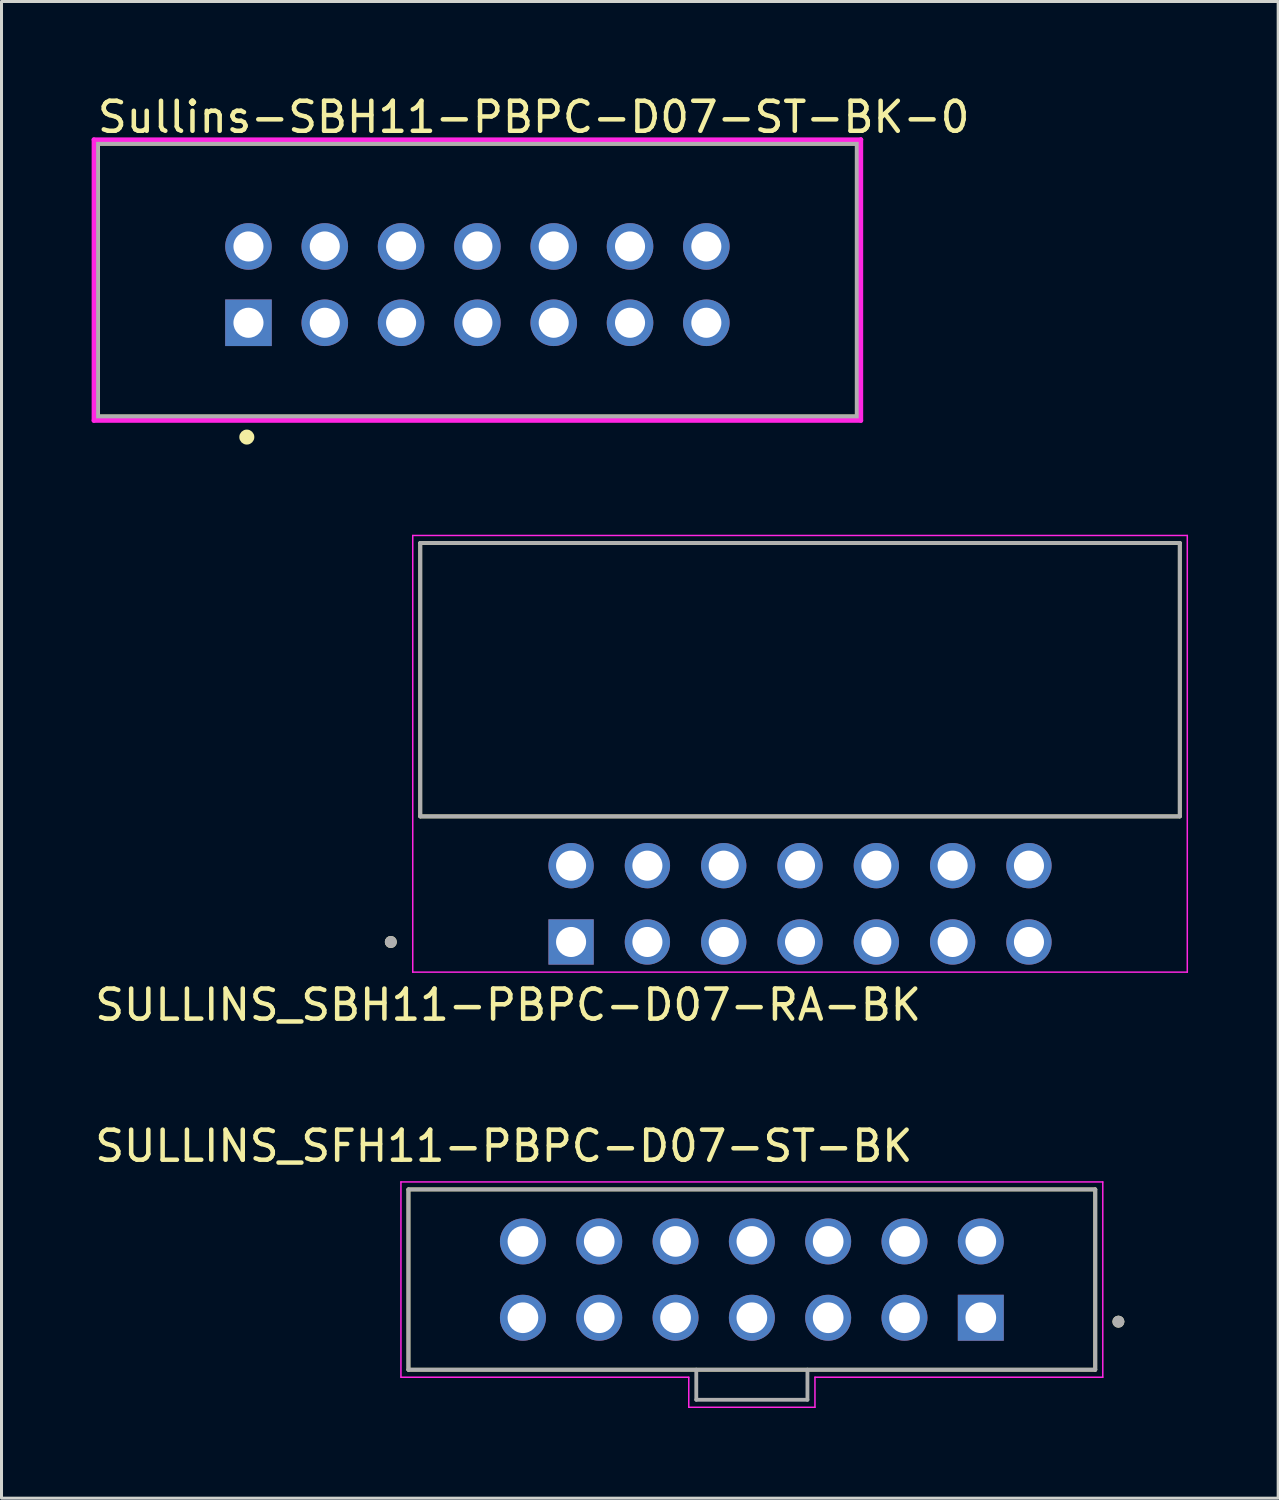
<source format=kicad_pcb>
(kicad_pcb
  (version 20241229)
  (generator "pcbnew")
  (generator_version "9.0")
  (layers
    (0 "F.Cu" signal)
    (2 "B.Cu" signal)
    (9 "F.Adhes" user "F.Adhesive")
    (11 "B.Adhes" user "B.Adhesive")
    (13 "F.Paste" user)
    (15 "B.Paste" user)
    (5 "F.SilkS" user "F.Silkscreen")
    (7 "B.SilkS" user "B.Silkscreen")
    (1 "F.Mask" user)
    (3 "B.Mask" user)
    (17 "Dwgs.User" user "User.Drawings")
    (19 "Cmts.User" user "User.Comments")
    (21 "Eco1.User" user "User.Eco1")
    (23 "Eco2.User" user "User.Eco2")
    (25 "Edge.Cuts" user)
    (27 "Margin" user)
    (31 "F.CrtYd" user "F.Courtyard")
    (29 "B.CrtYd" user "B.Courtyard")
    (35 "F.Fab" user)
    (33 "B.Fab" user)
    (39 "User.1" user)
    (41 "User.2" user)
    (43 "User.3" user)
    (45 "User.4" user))
  (footprint "SULLINS_SFH11-PBPC-D07-ST-BK"
    (layer "F.Cu")
    (at 21.975 39.54)
    (property "Reference" "SULLINS_SFH11-PBPC-D07-ST-BK" (at -8.255 -4.445 0) (layer "F.SilkS") (effects (font (size 1 1) (thickness 0.15))))
    (attr through_hole)
    (fp_line (start -11.43 -3) (end -11.43 3) (stroke (width 0.127) (type solid)) (layer "F.SilkS"))
    (fp_line (start -11.43 3) (end 11.43 3) (stroke (width 0.127) (type solid)) (layer "F.SilkS"))
    (fp_line (start 11.43 -3) (end -11.43 -3) (stroke (width 0.127) (type solid)) (layer "F.SilkS"))
    (fp_line (start 11.43 3) (end 11.43 -3) (stroke (width 0.127) (type solid)) (layer "F.SilkS"))
    (fp_circle (center 12.2 1.4) (end 12.3 1.4) (stroke (width 0.2) (type solid)) (fill no) (layer "F.SilkS"))
    (fp_line (start -11.68 -3.25) (end 11.68 -3.25) (stroke (width 0.05) (type solid)) (layer "F.CrtYd"))
    (fp_line (start -11.68 3.25) (end -11.68 -3.25) (stroke (width 0.05) (type solid)) (layer "F.CrtYd"))
    (fp_line (start -2.1 3.25) (end -11.68 3.25) (stroke (width 0.05) (type solid)) (layer "F.CrtYd"))
    (fp_line (start -2.1 4.25) (end -2.1 3.25) (stroke (width 0.05) (type solid)) (layer "F.CrtYd"))
    (fp_line (start 2.1 3.25) (end 2.1 4.25) (stroke (width 0.05) (type solid)) (layer "F.CrtYd"))
    (fp_line (start 2.1 4.25) (end -2.1 4.25) (stroke (width 0.05) (type solid)) (layer "F.CrtYd"))
    (fp_line (start 11.68 -3.25) (end 11.68 3.25) (stroke (width 0.05) (type solid)) (layer "F.CrtYd"))
    (fp_line (start 11.68 3.25) (end 2.1 3.25) (stroke (width 0.05) (type solid)) (layer "F.CrtYd"))
    (fp_line (start -11.43 -3) (end -11.43 3) (stroke (width 0.127) (type solid)) (layer "F.Fab"))
    (fp_line (start -11.43 3) (end -1.85 3) (stroke (width 0.127) (type solid)) (layer "F.Fab"))
    (fp_line (start -1.85 3) (end -1.85 4) (stroke (width 0.127) (type solid)) (layer "F.Fab"))
    (fp_line (start -1.85 3) (end 1.85 3) (stroke (width 0.127) (type solid)) (layer "F.Fab"))
    (fp_line (start -1.85 4) (end 1.85 4) (stroke (width 0.127) (type solid)) (layer "F.Fab"))
    (fp_line (start 1.85 3) (end 11.43 3) (stroke (width 0.127) (type solid)) (layer "F.Fab"))
    (fp_line (start 1.85 4) (end 1.85 3) (stroke (width 0.127) (type solid)) (layer "F.Fab"))
    (fp_line (start 11.43 -3) (end -11.43 -3) (stroke (width 0.127) (type solid)) (layer "F.Fab"))
    (fp_line (start 11.43 3) (end 11.43 -3) (stroke (width 0.127) (type solid)) (layer "F.Fab"))
    (fp_circle (center 12.2 1.4) (end 12.3 1.4) (stroke (width 0.2) (type solid)) (fill no) (layer "F.Fab"))
    (pad "1" thru_hole rect (at 7.62 1.27) (size 1.53 1.53) (drill 1.02) (layers "*.Cu" "*.Mask"))
    (pad "2" thru_hole circle (at 7.62 -1.27) (size 1.53 1.53) (drill 1.02) (layers "*.Cu" "*.Mask"))
    (pad "3" thru_hole circle (at 5.08 1.27) (size 1.53 1.53) (drill 1.02) (layers "*.Cu" "*.Mask"))
    (pad "4" thru_hole circle (at 5.08 -1.27) (size 1.53 1.53) (drill 1.02) (layers "*.Cu" "*.Mask"))
    (pad "5" thru_hole circle (at 2.54 1.27) (size 1.53 1.53) (drill 1.02) (layers "*.Cu" "*.Mask"))
    (pad "6" thru_hole circle (at 2.54 -1.27) (size 1.53 1.53) (drill 1.02) (layers "*.Cu" "*.Mask"))
    (pad "7" thru_hole circle (at 0 1.27) (size 1.53 1.53) (drill 1.02) (layers "*.Cu" "*.Mask"))
    (pad "8" thru_hole circle (at 0 -1.27) (size 1.53 1.53) (drill 1.02) (layers "*.Cu" "*.Mask"))
    (pad "9" thru_hole circle (at -2.54 1.27) (size 1.53 1.53) (drill 1.02) (layers "*.Cu" "*.Mask"))
    (pad "10" thru_hole circle (at -2.54 -1.27) (size 1.53 1.53) (drill 1.02) (layers "*.Cu" "*.Mask"))
    (pad "11" thru_hole circle (at -5.08 1.27) (size 1.53 1.53) (drill 1.02) (layers "*.Cu" "*.Mask"))
    (pad "12" thru_hole circle (at -5.08 -1.27) (size 1.53 1.53) (drill 1.02) (layers "*.Cu" "*.Mask"))
    (pad "13" thru_hole circle (at -7.62 1.27) (size 1.53 1.53) (drill 1.02) (layers "*.Cu" "*.Mask"))
    (pad "14" thru_hole circle (at -7.62 -1.27) (size 1.53 1.53) (drill 1.02) (layers "*.Cu" "*.Mask")))
  (footprint "Sullins-SBH11-PBPC-D07-ST-BK-0"
    (layer "F.Cu")
    (at 12.84 6.273)
    (property "Reference" "Sullins-SBH11-PBPC-D07-ST-BK-0" (at -12.725 -5.425 0) (layer "F.SilkS") (effects (font (size 1 1) (thickness 0.15)) (justify left)))
    (attr through_hole)
    (fp_line (start -12.64 -4.55) (end 12.64 -4.55) (stroke (width 0.15) (type solid)) (layer "F.SilkS"))
    (fp_line (start -12.64 4.55) (end -12.64 -4.55) (stroke (width 0.15) (type solid)) (layer "F.SilkS"))
    (fp_line (start 12.64 -4.55) (end 12.64 4.55) (stroke (width 0.15) (type solid)) (layer "F.SilkS"))
    (fp_line (start 12.64 4.55) (end -12.64 4.55) (stroke (width 0.15) (type solid)) (layer "F.SilkS"))
    (fp_circle (center -7.675 5.225) (end -7.55 5.225) (stroke (width 0.25) (type solid)) (fill no) (layer "F.SilkS"))
    (fp_line (start -12.765 -4.675) (end -12.765 4.675) (stroke (width 0.15) (type solid)) (layer "F.CrtYd"))
    (fp_line (start -12.765 4.675) (end 12.765 4.675) (stroke (width 0.15) (type solid)) (layer "F.CrtYd"))
    (fp_line (start 12.765 -4.675) (end -12.765 -4.675) (stroke (width 0.15) (type solid)) (layer "F.CrtYd"))
    (fp_line (start 12.765 -4.675) (end 12.765 -4.675) (stroke (width 0.15) (type solid)) (layer "F.CrtYd"))
    (fp_line (start 12.765 4.675) (end 12.765 -4.675) (stroke (width 0.15) (type solid)) (layer "F.CrtYd"))
    (fp_line (start -12.64 -4.55) (end 12.64 -4.55) (stroke (width 0.15) (type solid)) (layer "F.Fab"))
    (fp_line (start -12.64 4.55) (end -12.64 -4.55) (stroke (width 0.15) (type solid)) (layer "F.Fab"))
    (fp_line (start 12.64 -4.55) (end 12.64 4.55) (stroke (width 0.15) (type solid)) (layer "F.Fab"))
    (fp_line (start 12.64 4.55) (end -12.64 4.55) (stroke (width 0.15) (type solid)) (layer "F.Fab"))
    (pad "1" thru_hole rect (at -7.62 1.42) (size 1.55 1.55) (drill 1) (layers "*.Cu"))
    (pad "2" thru_hole circle (at -7.62 -1.12) (size 1.55 1.55) (drill 1) (layers "*.Cu"))
    (pad "3" thru_hole circle (at -5.08 1.42) (size 1.55 1.55) (drill 1) (layers "*.Cu"))
    (pad "4" thru_hole circle (at -5.08 -1.12) (size 1.55 1.55) (drill 1) (layers "*.Cu"))
    (pad "5" thru_hole circle (at -2.54 1.42) (size 1.55 1.55) (drill 1) (layers "*.Cu"))
    (pad "6" thru_hole circle (at -2.54 -1.12) (size 1.55 1.55) (drill 1) (layers "*.Cu"))
    (pad "7" thru_hole circle (at 0 1.42) (size 1.55 1.55) (drill 1) (layers "*.Cu"))
    (pad "8" thru_hole circle (at 0 -1.12) (size 1.55 1.55) (drill 1) (layers "*.Cu"))
    (pad "9" thru_hole circle (at 2.54 1.42) (size 1.55 1.55) (drill 1) (layers "*.Cu"))
    (pad "10" thru_hole circle (at 2.54 -1.12) (size 1.55 1.55) (drill 1) (layers "*.Cu"))
    (pad "11" thru_hole circle (at 5.08 1.42) (size 1.55 1.55) (drill 1) (layers "*.Cu"))
    (pad "12" thru_hole circle (at 5.08 -1.12) (size 1.55 1.55) (drill 1) (layers "*.Cu"))
    (pad "13" thru_hole circle (at 7.62 1.42) (size 1.55 1.55) (drill 1) (layers "*.Cu"))
    (pad "14" thru_hole circle (at 7.62 -1.12) (size 1.55 1.55) (drill 1) (layers "*.Cu")))
  (footprint "SULLINS_SBH11-PBPC-D07-RA-BK"
    (layer "F.Cu")
    (at 23.578 27.033)
    (property "Reference" "SULLINS_SBH11-PBPC-D07-RA-BK" (at -9.715 3.365 0) (layer "F.SilkS") (effects (font (size 1 1) (thickness 0.15))))
    (attr through_hole)
    (fp_line (start -12.64 -12.01) (end 12.64 -12.01) (stroke (width 0.127) (type solid)) (layer "F.SilkS"))
    (fp_line (start -12.64 -2.91) (end -12.64 -12.01) (stroke (width 0.127) (type solid)) (layer "F.SilkS"))
    (fp_line (start 12.64 -12.01) (end 12.64 -2.91) (stroke (width 0.127) (type solid)) (layer "F.SilkS"))
    (fp_line (start 12.64 -2.91) (end -12.64 -2.91) (stroke (width 0.127) (type solid)) (layer "F.SilkS"))
    (fp_circle (center -13.62 1.27) (end -13.52 1.27) (stroke (width 0.2) (type solid)) (fill no) (layer "F.SilkS"))
    (fp_line (start -12.89 -12.26) (end -12.89 2.274) (stroke (width 0.05) (type solid)) (layer "F.CrtYd"))
    (fp_line (start -12.89 2.274) (end 12.89 2.274) (stroke (width 0.05) (type solid)) (layer "F.CrtYd"))
    (fp_line (start 12.89 -12.26) (end -12.89 -12.26) (stroke (width 0.05) (type solid)) (layer "F.CrtYd"))
    (fp_line (start 12.89 2.274) (end 12.89 -12.26) (stroke (width 0.05) (type solid)) (layer "F.CrtYd"))
    (fp_line (start -12.64 -12.01) (end 12.64 -12.01) (stroke (width 0.127) (type solid)) (layer "F.Fab"))
    (fp_line (start -12.64 -2.91) (end -12.64 -12.01) (stroke (width 0.127) (type solid)) (layer "F.Fab"))
    (fp_line (start 12.64 -12.01) (end 12.64 -2.91) (stroke (width 0.127) (type solid)) (layer "F.Fab"))
    (fp_line (start 12.64 -2.91) (end -12.64 -2.91) (stroke (width 0.127) (type solid)) (layer "F.Fab"))
    (fp_circle (center -13.62 1.27) (end -13.52 1.27) (stroke (width 0.2) (type solid)) (fill no) (layer "F.Fab"))
    (pad "1" thru_hole rect (at -7.62 1.27) (size 1.508 1.508) (drill 1) (layers "*.Cu" "*.Mask"))
    (pad "2" thru_hole circle (at -7.62 -1.27) (size 1.508 1.508) (drill 1) (layers "*.Cu" "*.Mask"))
    (pad "3" thru_hole circle (at -5.08 1.27) (size 1.508 1.508) (drill 1) (layers "*.Cu" "*.Mask"))
    (pad "4" thru_hole circle (at -5.08 -1.27) (size 1.508 1.508) (drill 1) (layers "*.Cu" "*.Mask"))
    (pad "5" thru_hole circle (at -2.54 1.27) (size 1.508 1.508) (drill 1) (layers "*.Cu" "*.Mask"))
    (pad "6" thru_hole circle (at -2.54 -1.27) (size 1.508 1.508) (drill 1) (layers "*.Cu" "*.Mask"))
    (pad "7" thru_hole circle (at 0 1.27) (size 1.508 1.508) (drill 1) (layers "*.Cu" "*.Mask"))
    (pad "8" thru_hole circle (at 0 -1.27) (size 1.508 1.508) (drill 1) (layers "*.Cu" "*.Mask"))
    (pad "9" thru_hole circle (at 2.54 1.27) (size 1.508 1.508) (drill 1) (layers "*.Cu" "*.Mask"))
    (pad "10" thru_hole circle (at 2.54 -1.27) (size 1.508 1.508) (drill 1) (layers "*.Cu" "*.Mask"))
    (pad "11" thru_hole circle (at 5.08 1.27) (size 1.508 1.508) (drill 1) (layers "*.Cu" "*.Mask"))
    (pad "12" thru_hole circle (at 5.08 -1.27) (size 1.508 1.508) (drill 1) (layers "*.Cu" "*.Mask"))
    (pad "13" thru_hole circle (at 7.62 1.27) (size 1.508 1.508) (drill 1) (layers "*.Cu" "*.Mask"))
    (pad "14" thru_hole circle (at 7.62 -1.27) (size 1.508 1.508) (drill 1) (layers "*.Cu" "*.Mask")))
  (gr_rect
    (start -3 -3)
    (end 39.493 46.815)
    (stroke (width 0.1) (type default))
    (fill no)
    (layer "Edge.Cuts")))
</source>
